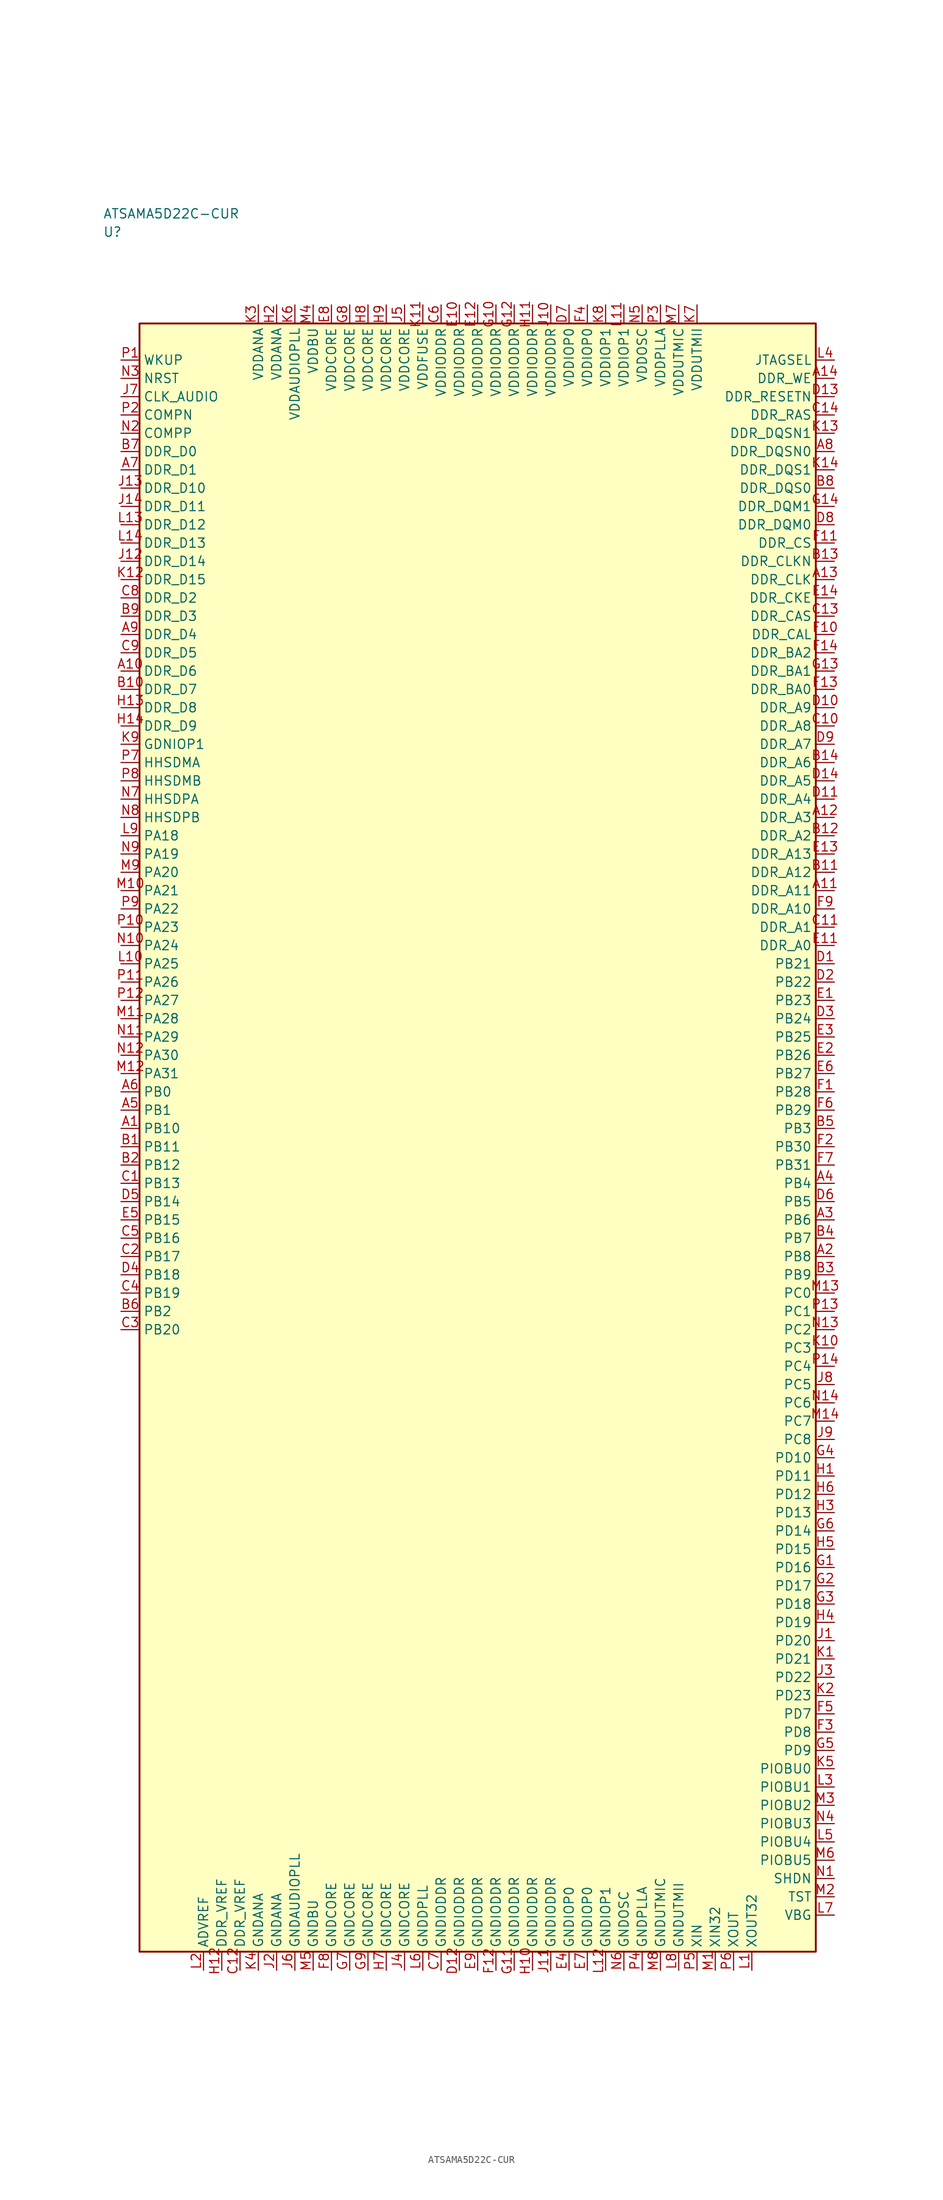
<source format=kicad_sym>
(kicad_symbol_lib
  (version 20241025)
  (generator "kicad_symbol_editor")
  (generator_version "8.0")
  (symbol "ATSAMA5D22C-CUR"
    (property "Reference" "U"
      (at -51.25 123.75 0)
      (effects (font (size 1.27 1.27)) (justify left)))
    (property "Value" "ATSAMA5D22C-CUR"
      (at -51.25 126.25 0)
      (effects (font (size 1.27 1.27)) (justify left)))
    (symbol "ATSAMA5D22C-CUR_0_1"
      (rectangle (start -46.25 111.25) (end 46.25 -111.25) (stroke (width 0.254) (type default)) (fill (type background))))
    (symbol "ATSAMA5D22C-CUR_1_1"
      (pin bidirectional line (at -48.79 41.25 0.0) (length 2.54) (name "PA18" (effects (font (size 1.27 1.27)))) (number "L9" (effects (font (size 1.27 1.27)))))
      (pin bidirectional line (at -48.79 38.75 0.0) (length 2.54) (name "PA19" (effects (font (size 1.27 1.27)))) (number "N9" (effects (font (size 1.27 1.27)))))
      (pin bidirectional line (at -48.79 36.25 0.0) (length 2.54) (name "PA20" (effects (font (size 1.27 1.27)))) (number "M9" (effects (font (size 1.27 1.27)))))
      (pin bidirectional line (at -48.79 33.75 0.0) (length 2.54) (name "PA21" (effects (font (size 1.27 1.27)))) (number "M10" (effects (font (size 1.27 1.27)))))
      (pin bidirectional line (at -48.79 31.25 0.0) (length 2.54) (name "PA22" (effects (font (size 1.27 1.27)))) (number "P9" (effects (font (size 1.27 1.27)))))
      (pin bidirectional line (at -48.79 28.75 0.0) (length 2.54) (name "PA23" (effects (font (size 1.27 1.27)))) (number "P10" (effects (font (size 1.27 1.27)))))
      (pin bidirectional line (at -48.79 26.25 0.0) (length 2.54) (name "PA24" (effects (font (size 1.27 1.27)))) (number "N10" (effects (font (size 1.27 1.27)))))
      (pin bidirectional line (at -48.79 23.75 0.0) (length 2.54) (name "PA25" (effects (font (size 1.27 1.27)))) (number "L10" (effects (font (size 1.27 1.27)))))
      (pin bidirectional line (at -48.79 21.25 0.0) (length 2.54) (name "PA26" (effects (font (size 1.27 1.27)))) (number "P11" (effects (font (size 1.27 1.27)))))
      (pin bidirectional line (at -48.79 18.75 0.0) (length 2.54) (name "PA27" (effects (font (size 1.27 1.27)))) (number "P12" (effects (font (size 1.27 1.27)))))
      (pin bidirectional line (at -48.79 16.25 0.0) (length 2.54) (name "PA28" (effects (font (size 1.27 1.27)))) (number "M11" (effects (font (size 1.27 1.27)))))
      (pin bidirectional line (at -48.79 13.75 0.0) (length 2.54) (name "PA29" (effects (font (size 1.27 1.27)))) (number "N11" (effects (font (size 1.27 1.27)))))
      (pin bidirectional line (at -48.79 11.25 0.0) (length 2.54) (name "PA30" (effects (font (size 1.27 1.27)))) (number "N12" (effects (font (size 1.27 1.27)))))
      (pin bidirectional line (at -48.79 8.75 0.0) (length 2.54) (name "PA31" (effects (font (size 1.27 1.27)))) (number "M12" (effects (font (size 1.27 1.27)))))
      (pin bidirectional line (at -48.79 6.25 0.0) (length 2.54) (name "PB0" (effects (font (size 1.27 1.27)))) (number "A6" (effects (font (size 1.27 1.27)))))
      (pin bidirectional line (at -48.79 3.75 0.0) (length 2.54) (name "PB1" (effects (font (size 1.27 1.27)))) (number "A5" (effects (font (size 1.27 1.27)))))
      (pin bidirectional line (at -48.79 -23.75 0.0) (length 2.54) (name "PB2" (effects (font (size 1.27 1.27)))) (number "B6" (effects (font (size 1.27 1.27)))))
      (pin bidirectional line (at 48.79 1.25 180.0) (length 2.54) (name "PB3" (effects (font (size 1.27 1.27)))) (number "B5" (effects (font (size 1.27 1.27)))))
      (pin bidirectional line (at 48.79 -6.25 180.0) (length 2.54) (name "PB4" (effects (font (size 1.27 1.27)))) (number "A4" (effects (font (size 1.27 1.27)))))
      (pin bidirectional line (at 48.79 -8.75 180.0) (length 2.54) (name "PB5" (effects (font (size 1.27 1.27)))) (number "D6" (effects (font (size 1.27 1.27)))))
      (pin bidirectional line (at 48.79 -11.25 180.0) (length 2.54) (name "PB6" (effects (font (size 1.27 1.27)))) (number "A3" (effects (font (size 1.27 1.27)))))
      (pin bidirectional line (at 48.79 -13.75 180.0) (length 2.54) (name "PB7" (effects (font (size 1.27 1.27)))) (number "B4" (effects (font (size 1.27 1.27)))))
      (pin bidirectional line (at 48.79 -16.25 180.0) (length 2.54) (name "PB8" (effects (font (size 1.27 1.27)))) (number "A2" (effects (font (size 1.27 1.27)))))
      (pin bidirectional line (at 48.79 -18.75 180.0) (length 2.54) (name "PB9" (effects (font (size 1.27 1.27)))) (number "B3" (effects (font (size 1.27 1.27)))))
      (pin bidirectional line (at -48.79 1.25 0.0) (length 2.54) (name "PB10" (effects (font (size 1.27 1.27)))) (number "A1" (effects (font (size 1.27 1.27)))))
      (pin bidirectional line (at -48.79 -1.25 0.0) (length 2.54) (name "PB11" (effects (font (size 1.27 1.27)))) (number "B1" (effects (font (size 1.27 1.27)))))
      (pin bidirectional line (at -48.79 -3.75 0.0) (length 2.54) (name "PB12" (effects (font (size 1.27 1.27)))) (number "B2" (effects (font (size 1.27 1.27)))))
      (pin bidirectional line (at -48.79 -6.25 0.0) (length 2.54) (name "PB13" (effects (font (size 1.27 1.27)))) (number "C1" (effects (font (size 1.27 1.27)))))
      (pin bidirectional line (at -48.79 -8.75 0.0) (length 2.54) (name "PB14" (effects (font (size 1.27 1.27)))) (number "D5" (effects (font (size 1.27 1.27)))))
      (pin bidirectional line (at -48.79 -11.25 0.0) (length 2.54) (name "PB15" (effects (font (size 1.27 1.27)))) (number "E5" (effects (font (size 1.27 1.27)))))
      (pin bidirectional line (at -48.79 -13.75 0.0) (length 2.54) (name "PB16" (effects (font (size 1.27 1.27)))) (number "C5" (effects (font (size 1.27 1.27)))))
      (pin bidirectional line (at -48.79 -16.25 0.0) (length 2.54) (name "PB17" (effects (font (size 1.27 1.27)))) (number "C2" (effects (font (size 1.27 1.27)))))
      (pin bidirectional line (at -48.79 -18.75 0.0) (length 2.54) (name "PB18" (effects (font (size 1.27 1.27)))) (number "D4" (effects (font (size 1.27 1.27)))))
      (pin bidirectional line (at -48.79 -21.25 0.0) (length 2.54) (name "PB19" (effects (font (size 1.27 1.27)))) (number "C4" (effects (font (size 1.27 1.27)))))
      (pin bidirectional line (at -48.79 -26.25 0.0) (length 2.54) (name "PB20" (effects (font (size 1.27 1.27)))) (number "C3" (effects (font (size 1.27 1.27)))))
      (pin bidirectional line (at 48.79 23.75 180.0) (length 2.54) (name "PB21" (effects (font (size 1.27 1.27)))) (number "D1" (effects (font (size 1.27 1.27)))))
      (pin bidirectional line (at 48.79 21.25 180.0) (length 2.54) (name "PB22" (effects (font (size 1.27 1.27)))) (number "D2" (effects (font (size 1.27 1.27)))))
      (pin bidirectional line (at 48.79 18.75 180.0) (length 2.54) (name "PB23" (effects (font (size 1.27 1.27)))) (number "E1" (effects (font (size 1.27 1.27)))))
      (pin bidirectional line (at 48.79 16.25 180.0) (length 2.54) (name "PB24" (effects (font (size 1.27 1.27)))) (number "D3" (effects (font (size 1.27 1.27)))))
      (pin bidirectional line (at 48.79 13.75 180.0) (length 2.54) (name "PB25" (effects (font (size 1.27 1.27)))) (number "E3" (effects (font (size 1.27 1.27)))))
      (pin bidirectional line (at 48.79 11.25 180.0) (length 2.54) (name "PB26" (effects (font (size 1.27 1.27)))) (number "E2" (effects (font (size 1.27 1.27)))))
      (pin bidirectional line (at 48.79 8.75 180.0) (length 2.54) (name "PB27" (effects (font (size 1.27 1.27)))) (number "E6" (effects (font (size 1.27 1.27)))))
      (pin bidirectional line (at 48.79 6.25 180.0) (length 2.54) (name "PB28" (effects (font (size 1.27 1.27)))) (number "F1" (effects (font (size 1.27 1.27)))))
      (pin bidirectional line (at 48.79 3.75 180.0) (length 2.54) (name "PB29" (effects (font (size 1.27 1.27)))) (number "F6" (effects (font (size 1.27 1.27)))))
      (pin bidirectional line (at 48.79 -1.25 180.0) (length 2.54) (name "PB30" (effects (font (size 1.27 1.27)))) (number "F2" (effects (font (size 1.27 1.27)))))
      (pin bidirectional line (at 48.79 -3.75 180.0) (length 2.54) (name "PB31" (effects (font (size 1.27 1.27)))) (number "F7" (effects (font (size 1.27 1.27)))))
      (pin bidirectional line (at 48.79 -21.25 180.0) (length 2.54) (name "PC0" (effects (font (size 1.27 1.27)))) (number "M13" (effects (font (size 1.27 1.27)))))
      (pin bidirectional line (at 48.79 -23.75 180.0) (length 2.54) (name "PC1" (effects (font (size 1.27 1.27)))) (number "P13" (effects (font (size 1.27 1.27)))))
      (pin bidirectional line (at 48.79 -26.25 180.0) (length 2.54) (name "PC2" (effects (font (size 1.27 1.27)))) (number "N13" (effects (font (size 1.27 1.27)))))
      (pin bidirectional line (at 48.79 -28.75 180.0) (length 2.54) (name "PC3" (effects (font (size 1.27 1.27)))) (number "K10" (effects (font (size 1.27 1.27)))))
      (pin bidirectional line (at 48.79 -31.25 180.0) (length 2.54) (name "PC4" (effects (font (size 1.27 1.27)))) (number "P14" (effects (font (size 1.27 1.27)))))
      (pin bidirectional line (at 48.79 -33.75 180.0) (length 2.54) (name "PC5" (effects (font (size 1.27 1.27)))) (number "J8" (effects (font (size 1.27 1.27)))))
      (pin bidirectional line (at 48.79 -36.25 180.0) (length 2.54) (name "PC6" (effects (font (size 1.27 1.27)))) (number "N14" (effects (font (size 1.27 1.27)))))
      (pin bidirectional line (at 48.79 -38.75 180.0) (length 2.54) (name "PC7" (effects (font (size 1.27 1.27)))) (number "M14" (effects (font (size 1.27 1.27)))))
      (pin bidirectional line (at 48.79 -41.25 180.0) (length 2.54) (name "PC8" (effects (font (size 1.27 1.27)))) (number "J9" (effects (font (size 1.27 1.27)))))
      (pin bidirectional line (at 48.79 -78.75 180.0) (length 2.54) (name "PD7" (effects (font (size 1.27 1.27)))) (number "F5" (effects (font (size 1.27 1.27)))))
      (pin bidirectional line (at 48.79 -81.25 180.0) (length 2.54) (name "PD8" (effects (font (size 1.27 1.27)))) (number "F3" (effects (font (size 1.27 1.27)))))
      (pin bidirectional line (at 48.79 -83.75 180.0) (length 2.54) (name "PD9" (effects (font (size 1.27 1.27)))) (number "G5" (effects (font (size 1.27 1.27)))))
      (pin bidirectional line (at 48.79 -43.75 180.0) (length 2.54) (name "PD10" (effects (font (size 1.27 1.27)))) (number "G4" (effects (font (size 1.27 1.27)))))
      (pin bidirectional line (at 48.79 -46.25 180.0) (length 2.54) (name "PD11" (effects (font (size 1.27 1.27)))) (number "H1" (effects (font (size 1.27 1.27)))))
      (pin bidirectional line (at 48.79 -48.75 180.0) (length 2.54) (name "PD12" (effects (font (size 1.27 1.27)))) (number "H6" (effects (font (size 1.27 1.27)))))
      (pin bidirectional line (at 48.79 -51.25 180.0) (length 2.54) (name "PD13" (effects (font (size 1.27 1.27)))) (number "H3" (effects (font (size 1.27 1.27)))))
      (pin bidirectional line (at 48.79 -53.75 180.0) (length 2.54) (name "PD14" (effects (font (size 1.27 1.27)))) (number "G6" (effects (font (size 1.27 1.27)))))
      (pin bidirectional line (at 48.79 -56.25 180.0) (length 2.54) (name "PD15" (effects (font (size 1.27 1.27)))) (number "H5" (effects (font (size 1.27 1.27)))))
      (pin bidirectional line (at 48.79 -58.75 180.0) (length 2.54) (name "PD16" (effects (font (size 1.27 1.27)))) (number "G1" (effects (font (size 1.27 1.27)))))
      (pin bidirectional line (at 48.79 -61.25 180.0) (length 2.54) (name "PD17" (effects (font (size 1.27 1.27)))) (number "G2" (effects (font (size 1.27 1.27)))))
      (pin bidirectional line (at 48.79 -63.75 180.0) (length 2.54) (name "PD18" (effects (font (size 1.27 1.27)))) (number "G3" (effects (font (size 1.27 1.27)))))
      (pin bidirectional line (at 48.79 -66.25 180.0) (length 2.54) (name "PD19" (effects (font (size 1.27 1.27)))) (number "H4" (effects (font (size 1.27 1.27)))))
      (pin bidirectional line (at 48.79 -68.75 180.0) (length 2.54) (name "PD20" (effects (font (size 1.27 1.27)))) (number "J1" (effects (font (size 1.27 1.27)))))
      (pin bidirectional line (at 48.79 -71.25 180.0) (length 2.54) (name "PD21" (effects (font (size 1.27 1.27)))) (number "K1" (effects (font (size 1.27 1.27)))))
      (pin bidirectional line (at 48.79 -73.75 180.0) (length 2.54) (name "PD22" (effects (font (size 1.27 1.27)))) (number "J3" (effects (font (size 1.27 1.27)))))
      (pin bidirectional line (at 48.79 -76.25 180.0) (length 2.54) (name "PD23" (effects (font (size 1.27 1.27)))) (number "K2" (effects (font (size 1.27 1.27)))))
      (pin power_in line (at -30.0 113.79 270.0) (length 2.54) (name "VDDANA" (effects (font (size 1.27 1.27)))) (number "K3" (effects (font (size 1.27 1.27)))))
      (pin passive line (at -30.0 -113.79 90.0) (length 2.54) (name "GNDANA" (effects (font (size 1.27 1.27)))) (number "K4" (effects (font (size 1.27 1.27)))))
      (pin passive line (at -37.5 -113.79 90.0) (length 2.54) (name "ADVREF" (effects (font (size 1.27 1.27)))) (number "L2" (effects (font (size 1.27 1.27)))))
      (pin power_in line (at -27.5 113.79 270.0) (length 2.54) (name "VDDANA" (effects (font (size 1.27 1.27)))) (number "H2" (effects (font (size 1.27 1.27)))))
      (pin passive line (at -27.5 -113.79 90.0) (length 2.54) (name "GNDANA" (effects (font (size 1.27 1.27)))) (number "J2" (effects (font (size 1.27 1.27)))))
      (pin passive line (at -35.0 -113.79 90.0) (length 2.54) (name "DDR_VREF" (effects (font (size 1.27 1.27)))) (number "H12" (effects (font (size 1.27 1.27)))))
      (pin passive line (at -32.5 -113.79 90.0) (length 2.54) (name "DDR_VREF" (effects (font (size 1.27 1.27)))) (number "C12" (effects (font (size 1.27 1.27)))))
      (pin bidirectional line (at -48.79 93.75 0.0) (length 2.54) (name "DDR_D0" (effects (font (size 1.27 1.27)))) (number "B7" (effects (font (size 1.27 1.27)))))
      (pin bidirectional line (at -48.79 91.25 0.0) (length 2.54) (name "DDR_D1" (effects (font (size 1.27 1.27)))) (number "A7" (effects (font (size 1.27 1.27)))))
      (pin bidirectional line (at -48.79 73.75 0.0) (length 2.54) (name "DDR_D2" (effects (font (size 1.27 1.27)))) (number "C8" (effects (font (size 1.27 1.27)))))
      (pin bidirectional line (at -48.79 71.25 0.0) (length 2.54) (name "DDR_D3" (effects (font (size 1.27 1.27)))) (number "B9" (effects (font (size 1.27 1.27)))))
      (pin bidirectional line (at -48.79 68.75 0.0) (length 2.54) (name "DDR_D4" (effects (font (size 1.27 1.27)))) (number "A9" (effects (font (size 1.27 1.27)))))
      (pin bidirectional line (at -48.79 66.25 0.0) (length 2.54) (name "DDR_D5" (effects (font (size 1.27 1.27)))) (number "C9" (effects (font (size 1.27 1.27)))))
      (pin bidirectional line (at -48.79 63.75 0.0) (length 2.54) (name "DDR_D6" (effects (font (size 1.27 1.27)))) (number "A10" (effects (font (size 1.27 1.27)))))
      (pin bidirectional line (at -48.79 61.25 0.0) (length 2.54) (name "DDR_D7" (effects (font (size 1.27 1.27)))) (number "B10" (effects (font (size 1.27 1.27)))))
      (pin bidirectional line (at -48.79 58.75 0.0) (length 2.54) (name "DDR_D8" (effects (font (size 1.27 1.27)))) (number "H13" (effects (font (size 1.27 1.27)))))
      (pin bidirectional line (at -48.79 56.25 0.0) (length 2.54) (name "DDR_D9" (effects (font (size 1.27 1.27)))) (number "H14" (effects (font (size 1.27 1.27)))))
      (pin bidirectional line (at -48.79 88.75 0.0) (length 2.54) (name "DDR_D10" (effects (font (size 1.27 1.27)))) (number "J13" (effects (font (size 1.27 1.27)))))
      (pin bidirectional line (at -48.79 86.25 0.0) (length 2.54) (name "DDR_D11" (effects (font (size 1.27 1.27)))) (number "J14" (effects (font (size 1.27 1.27)))))
      (pin bidirectional line (at -48.79 83.75 0.0) (length 2.54) (name "DDR_D12" (effects (font (size 1.27 1.27)))) (number "L13" (effects (font (size 1.27 1.27)))))
      (pin bidirectional line (at -48.79 81.25 0.0) (length 2.54) (name "DDR_D13" (effects (font (size 1.27 1.27)))) (number "L14" (effects (font (size 1.27 1.27)))))
      (pin bidirectional line (at -48.79 78.75 0.0) (length 2.54) (name "DDR_D14" (effects (font (size 1.27 1.27)))) (number "J12" (effects (font (size 1.27 1.27)))))
      (pin bidirectional line (at -48.79 76.25 0.0) (length 2.54) (name "DDR_D15" (effects (font (size 1.27 1.27)))) (number "K12" (effects (font (size 1.27 1.27)))))
      (pin output line (at 48.79 26.25 180.0) (length 2.54) (name "DDR_A0" (effects (font (size 1.27 1.27)))) (number "E11" (effects (font (size 1.27 1.27)))))
      (pin output line (at 48.79 28.75 180.0) (length 2.54) (name "DDR_A1" (effects (font (size 1.27 1.27)))) (number "C11" (effects (font (size 1.27 1.27)))))
      (pin output line (at 48.79 41.25 180.0) (length 2.54) (name "DDR_A2" (effects (font (size 1.27 1.27)))) (number "B12" (effects (font (size 1.27 1.27)))))
      (pin output line (at 48.79 43.75 180.0) (length 2.54) (name "DDR_A3" (effects (font (size 1.27 1.27)))) (number "A12" (effects (font (size 1.27 1.27)))))
      (pin output line (at 48.79 46.25 180.0) (length 2.54) (name "DDR_A4" (effects (font (size 1.27 1.27)))) (number "D11" (effects (font (size 1.27 1.27)))))
      (pin output line (at 48.79 48.75 180.0) (length 2.54) (name "DDR_A5" (effects (font (size 1.27 1.27)))) (number "D14" (effects (font (size 1.27 1.27)))))
      (pin output line (at 48.79 51.25 180.0) (length 2.54) (name "DDR_A6" (effects (font (size 1.27 1.27)))) (number "B14" (effects (font (size 1.27 1.27)))))
      (pin output line (at 48.79 53.75 180.0) (length 2.54) (name "DDR_A7" (effects (font (size 1.27 1.27)))) (number "D9" (effects (font (size 1.27 1.27)))))
      (pin output line (at 48.79 56.25 180.0) (length 2.54) (name "DDR_A8" (effects (font (size 1.27 1.27)))) (number "C10" (effects (font (size 1.27 1.27)))))
      (pin output line (at 48.79 58.75 180.0) (length 2.54) (name "DDR_A9" (effects (font (size 1.27 1.27)))) (number "D10" (effects (font (size 1.27 1.27)))))
      (pin output line (at 48.79 31.25 180.0) (length 2.54) (name "DDR_A10" (effects (font (size 1.27 1.27)))) (number "F9" (effects (font (size 1.27 1.27)))))
      (pin output line (at 48.79 33.75 180.0) (length 2.54) (name "DDR_A11" (effects (font (size 1.27 1.27)))) (number "A11" (effects (font (size 1.27 1.27)))))
      (pin output line (at 48.79 36.25 180.0) (length 2.54) (name "DDR_A12" (effects (font (size 1.27 1.27)))) (number "B11" (effects (font (size 1.27 1.27)))))
      (pin output line (at 48.79 38.75 180.0) (length 2.54) (name "DDR_A13" (effects (font (size 1.27 1.27)))) (number "E13" (effects (font (size 1.27 1.27)))))
      (pin output line (at 48.79 76.25 180.0) (length 2.54) (name "DDR_CLK" (effects (font (size 1.27 1.27)))) (number "A13" (effects (font (size 1.27 1.27)))))
      (pin output line (at 48.79 78.75 180.0) (length 2.54) (name "DDR_CLKN" (effects (font (size 1.27 1.27)))) (number "B13" (effects (font (size 1.27 1.27)))))
      (pin output line (at 48.79 73.75 180.0) (length 2.54) (name "DDR_CKE" (effects (font (size 1.27 1.27)))) (number "E14" (effects (font (size 1.27 1.27)))))
      (pin output line (at 48.79 101.25 180.0) (length 2.54) (name "DDR_RESETN" (effects (font (size 1.27 1.27)))) (number "D13" (effects (font (size 1.27 1.27)))))
      (pin output line (at 48.79 81.25 180.0) (length 2.54) (name "DDR_CS" (effects (font (size 1.27 1.27)))) (number "F11" (effects (font (size 1.27 1.27)))))
      (pin output line (at 48.79 103.75 180.0) (length 2.54) (name "DDR_WE" (effects (font (size 1.27 1.27)))) (number "A14" (effects (font (size 1.27 1.27)))))
      (pin output line (at 48.79 98.75 180.0) (length 2.54) (name "DDR_RAS" (effects (font (size 1.27 1.27)))) (number "C14" (effects (font (size 1.27 1.27)))))
      (pin output line (at 48.79 71.25 180.0) (length 2.54) (name "DDR_CAS" (effects (font (size 1.27 1.27)))) (number "C13" (effects (font (size 1.27 1.27)))))
      (pin output line (at 48.79 83.75 180.0) (length 2.54) (name "DDR_DQM0" (effects (font (size 1.27 1.27)))) (number "D8" (effects (font (size 1.27 1.27)))))
      (pin output line (at 48.79 86.25 180.0) (length 2.54) (name "DDR_DQM1" (effects (font (size 1.27 1.27)))) (number "G14" (effects (font (size 1.27 1.27)))))
      (pin output line (at 48.79 88.75 180.0) (length 2.54) (name "DDR_DQS0" (effects (font (size 1.27 1.27)))) (number "B8" (effects (font (size 1.27 1.27)))))
      (pin output line (at 48.79 91.25 180.0) (length 2.54) (name "DDR_DQS1" (effects (font (size 1.27 1.27)))) (number "K14" (effects (font (size 1.27 1.27)))))
      (pin output line (at 48.79 93.75 180.0) (length 2.54) (name "DDR_DQSN0" (effects (font (size 1.27 1.27)))) (number "A8" (effects (font (size 1.27 1.27)))))
      (pin output line (at 48.79 96.25 180.0) (length 2.54) (name "DDR_DQSN1" (effects (font (size 1.27 1.27)))) (number "K13" (effects (font (size 1.27 1.27)))))
      (pin output line (at 48.79 61.25 180.0) (length 2.54) (name "DDR_BA0" (effects (font (size 1.27 1.27)))) (number "F13" (effects (font (size 1.27 1.27)))))
      (pin output line (at 48.79 63.75 180.0) (length 2.54) (name "DDR_BA1" (effects (font (size 1.27 1.27)))) (number "G13" (effects (font (size 1.27 1.27)))))
      (pin output line (at 48.79 66.25 180.0) (length 2.54) (name "DDR_BA2" (effects (font (size 1.27 1.27)))) (number "F14" (effects (font (size 1.27 1.27)))))
      (pin output line (at 48.79 68.75 180.0) (length 2.54) (name "DDR_CAL" (effects (font (size 1.27 1.27)))) (number "F10" (effects (font (size 1.27 1.27)))))
      (pin power_in line (at -5.0 113.79 270.0) (length 2.54) (name "VDDIODDR" (effects (font (size 1.27 1.27)))) (number "C6" (effects (font (size 1.27 1.27)))))
      (pin power_in line (at -2.5 113.79 270.0) (length 2.54) (name "VDDIODDR" (effects (font (size 1.27 1.27)))) (number "E10" (effects (font (size 1.27 1.27)))))
      (pin power_in line (at 0.0 113.79 270.0) (length 2.54) (name "VDDIODDR" (effects (font (size 1.27 1.27)))) (number "E12" (effects (font (size 1.27 1.27)))))
      (pin power_in line (at 2.5 113.79 270.0) (length 2.54) (name "VDDIODDR" (effects (font (size 1.27 1.27)))) (number "G10" (effects (font (size 1.27 1.27)))))
      (pin power_in line (at 5.0 113.79 270.0) (length 2.54) (name "VDDIODDR" (effects (font (size 1.27 1.27)))) (number "G12" (effects (font (size 1.27 1.27)))))
      (pin power_in line (at 7.5 113.79 270.0) (length 2.54) (name "VDDIODDR" (effects (font (size 1.27 1.27)))) (number "H11" (effects (font (size 1.27 1.27)))))
      (pin power_in line (at 10.0 113.79 270.0) (length 2.54) (name "VDDIODDR" (effects (font (size 1.27 1.27)))) (number "J10" (effects (font (size 1.27 1.27)))))
      (pin passive line (at -5.0 -113.79 90.0) (length 2.54) (name "GNDIODDR" (effects (font (size 1.27 1.27)))) (number "C7" (effects (font (size 1.27 1.27)))))
      (pin passive line (at -2.5 -113.79 90.0) (length 2.54) (name "GNDIODDR" (effects (font (size 1.27 1.27)))) (number "D12" (effects (font (size 1.27 1.27)))))
      (pin passive line (at 0.0 -113.79 90.0) (length 2.54) (name "GNDIODDR" (effects (font (size 1.27 1.27)))) (number "E9" (effects (font (size 1.27 1.27)))))
      (pin passive line (at 2.5 -113.79 90.0) (length 2.54) (name "GNDIODDR" (effects (font (size 1.27 1.27)))) (number "F12" (effects (font (size 1.27 1.27)))))
      (pin passive line (at 5.0 -113.79 90.0) (length 2.54) (name "GNDIODDR" (effects (font (size 1.27 1.27)))) (number "G11" (effects (font (size 1.27 1.27)))))
      (pin passive line (at 7.5 -113.79 90.0) (length 2.54) (name "GNDIODDR" (effects (font (size 1.27 1.27)))) (number "H10" (effects (font (size 1.27 1.27)))))
      (pin passive line (at 10.0 -113.79 90.0) (length 2.54) (name "GNDIODDR" (effects (font (size 1.27 1.27)))) (number "J11" (effects (font (size 1.27 1.27)))))
      (pin power_in line (at -20.0 113.79 270.0) (length 2.54) (name "VDDCORE" (effects (font (size 1.27 1.27)))) (number "E8" (effects (font (size 1.27 1.27)))))
      (pin power_in line (at -17.5 113.79 270.0) (length 2.54) (name "VDDCORE" (effects (font (size 1.27 1.27)))) (number "G8" (effects (font (size 1.27 1.27)))))
      (pin power_in line (at -15.0 113.79 270.0) (length 2.54) (name "VDDCORE" (effects (font (size 1.27 1.27)))) (number "H8" (effects (font (size 1.27 1.27)))))
      (pin power_in line (at -12.5 113.79 270.0) (length 2.54) (name "VDDCORE" (effects (font (size 1.27 1.27)))) (number "H9" (effects (font (size 1.27 1.27)))))
      (pin power_in line (at -10.0 113.79 270.0) (length 2.54) (name "VDDCORE" (effects (font (size 1.27 1.27)))) (number "J5" (effects (font (size 1.27 1.27)))))
      (pin passive line (at -20.0 -113.79 90.0) (length 2.54) (name "GNDCORE" (effects (font (size 1.27 1.27)))) (number "F8" (effects (font (size 1.27 1.27)))))
      (pin passive line (at -17.5 -113.79 90.0) (length 2.54) (name "GNDCORE" (effects (font (size 1.27 1.27)))) (number "G7" (effects (font (size 1.27 1.27)))))
      (pin passive line (at -15.0 -113.79 90.0) (length 2.54) (name "GNDCORE" (effects (font (size 1.27 1.27)))) (number "G9" (effects (font (size 1.27 1.27)))))
      (pin passive line (at -12.5 -113.79 90.0) (length 2.54) (name "GNDCORE" (effects (font (size 1.27 1.27)))) (number "H7" (effects (font (size 1.27 1.27)))))
      (pin passive line (at -10.0 -113.79 90.0) (length 2.54) (name "GNDCORE" (effects (font (size 1.27 1.27)))) (number "J4" (effects (font (size 1.27 1.27)))))
      (pin power_in line (at 12.5 113.79 270.0) (length 2.54) (name "VDDIOP0" (effects (font (size 1.27 1.27)))) (number "D7" (effects (font (size 1.27 1.27)))))
      (pin power_in line (at 15.0 113.79 270.0) (length 2.54) (name "VDDIOP0" (effects (font (size 1.27 1.27)))) (number "F4" (effects (font (size 1.27 1.27)))))
      (pin passive line (at 12.5 -113.79 90.0) (length 2.54) (name "GNDIOP0" (effects (font (size 1.27 1.27)))) (number "E4" (effects (font (size 1.27 1.27)))))
      (pin passive line (at 15.0 -113.79 90.0) (length 2.54) (name "GNDIOP0" (effects (font (size 1.27 1.27)))) (number "E7" (effects (font (size 1.27 1.27)))))
      (pin power_in line (at 17.5 113.79 270.0) (length 2.54) (name "VDDIOP1" (effects (font (size 1.27 1.27)))) (number "K8" (effects (font (size 1.27 1.27)))))
      (pin power_in line (at 20.0 113.79 270.0) (length 2.54) (name "VDDIOP1" (effects (font (size 1.27 1.27)))) (number "L11" (effects (font (size 1.27 1.27)))))
      (pin bidirectional line (at -48.79 53.75 0.0) (length 2.54) (name "GDNIOP1" (effects (font (size 1.27 1.27)))) (number "K9" (effects (font (size 1.27 1.27)))))
      (pin passive line (at 17.5 -113.79 90.0) (length 2.54) (name "GNDIOP1" (effects (font (size 1.27 1.27)))) (number "L12" (effects (font (size 1.27 1.27)))))
      (pin power_in line (at -7.5 113.79 270.0) (length 2.54) (name "VDDFUSE" (effects (font (size 1.27 1.27)))) (number "K11" (effects (font (size 1.27 1.27)))))
      (pin power_in line (at 25.0 113.79 270.0) (length 2.54) (name "VDDPLLA" (effects (font (size 1.27 1.27)))) (number "P3" (effects (font (size 1.27 1.27)))))
      (pin passive line (at 22.5 -113.79 90.0) (length 2.54) (name "GNDPLLA" (effects (font (size 1.27 1.27)))) (number "P4" (effects (font (size 1.27 1.27)))))
      (pin power_in line (at -25.0 113.79 270.0) (length 2.54) (name "VDDAUDIOPLL" (effects (font (size 1.27 1.27)))) (number "K6" (effects (font (size 1.27 1.27)))))
      (pin passive line (at -7.5 -113.79 90.0) (length 2.54) (name "GNDDPLL" (effects (font (size 1.27 1.27)))) (number "L6" (effects (font (size 1.27 1.27)))))
      (pin passive line (at -25.0 -113.79 90.0) (length 2.54) (name "GNDAUDIOPLL" (effects (font (size 1.27 1.27)))) (number "J6" (effects (font (size 1.27 1.27)))))
      (pin bidirectional line (at -48.79 101.25 0.0) (length 2.54) (name "CLK_AUDIO" (effects (font (size 1.27 1.27)))) (number "J7" (effects (font (size 1.27 1.27)))))
      (pin passive line (at 30.0 -113.79 90.0) (length 2.54) (name "XIN" (effects (font (size 1.27 1.27)))) (number "P5" (effects (font (size 1.27 1.27)))))
      (pin passive line (at 35.0 -113.79 90.0) (length 2.54) (name "XOUT" (effects (font (size 1.27 1.27)))) (number "P6" (effects (font (size 1.27 1.27)))))
      (pin power_in line (at 22.5 113.79 270.0) (length 2.54) (name "VDDOSC" (effects (font (size 1.27 1.27)))) (number "N5" (effects (font (size 1.27 1.27)))))
      (pin passive line (at 20.0 -113.79 90.0) (length 2.54) (name "GNDOSC" (effects (font (size 1.27 1.27)))) (number "N6" (effects (font (size 1.27 1.27)))))
      (pin power_in line (at 30.0 113.79 270.0) (length 2.54) (name "VDDUTMII" (effects (font (size 1.27 1.27)))) (number "K7" (effects (font (size 1.27 1.27)))))
      (pin passive line (at 27.5 -113.79 90.0) (length 2.54) (name "GNDUTMII" (effects (font (size 1.27 1.27)))) (number "L8" (effects (font (size 1.27 1.27)))))
      (pin bidirectional line (at -48.79 46.25 0.0) (length 2.54) (name "HHSDPA" (effects (font (size 1.27 1.27)))) (number "N7" (effects (font (size 1.27 1.27)))))
      (pin bidirectional line (at -48.79 51.25 0.0) (length 2.54) (name "HHSDMA" (effects (font (size 1.27 1.27)))) (number "P7" (effects (font (size 1.27 1.27)))))
      (pin bidirectional line (at -48.79 43.75 0.0) (length 2.54) (name "HHSDPB" (effects (font (size 1.27 1.27)))) (number "N8" (effects (font (size 1.27 1.27)))))
      (pin bidirectional line (at -48.79 48.75 0.0) (length 2.54) (name "HHSDMB" (effects (font (size 1.27 1.27)))) (number "P8" (effects (font (size 1.27 1.27)))))
      (pin power_in line (at 27.5 113.79 270.0) (length 2.54) (name "VDDUTMIC" (effects (font (size 1.27 1.27)))) (number "M7" (effects (font (size 1.27 1.27)))))
      (pin passive line (at 25.0 -113.79 90.0) (length 2.54) (name "GNDUTMIC" (effects (font (size 1.27 1.27)))) (number "M8" (effects (font (size 1.27 1.27)))))
      (pin bidirectional line (at 48.79 -106.25 180.0) (length 2.54) (name "VBG" (effects (font (size 1.27 1.27)))) (number "L7" (effects (font (size 1.27 1.27)))))
      (pin bidirectional line (at 48.79 -103.75 180.0) (length 2.54) (name "TST" (effects (font (size 1.27 1.27)))) (number "M2" (effects (font (size 1.27 1.27)))))
      (pin input line (at -48.79 103.75 0.0) (length 2.54) (name "NRST" (effects (font (size 1.27 1.27)))) (number "N3" (effects (font (size 1.27 1.27)))))
      (pin output line (at 48.79 106.25 180.0) (length 2.54) (name "JTAGSEL" (effects (font (size 1.27 1.27)))) (number "L4" (effects (font (size 1.27 1.27)))))
      (pin input line (at -48.79 106.25 0.0) (length 2.54) (name "WKUP" (effects (font (size 1.27 1.27)))) (number "P1" (effects (font (size 1.27 1.27)))))
      (pin bidirectional line (at 48.79 -101.25 180.0) (length 2.54) (name "SHDN" (effects (font (size 1.27 1.27)))) (number "N1" (effects (font (size 1.27 1.27)))))
      (pin bidirectional line (at 48.79 -86.25 180.0) (length 2.54) (name "PIOBU0" (effects (font (size 1.27 1.27)))) (number "K5" (effects (font (size 1.27 1.27)))))
      (pin bidirectional line (at 48.79 -88.75 180.0) (length 2.54) (name "PIOBU1" (effects (font (size 1.27 1.27)))) (number "L3" (effects (font (size 1.27 1.27)))))
      (pin bidirectional line (at 48.79 -91.25 180.0) (length 2.54) (name "PIOBU2" (effects (font (size 1.27 1.27)))) (number "M3" (effects (font (size 1.27 1.27)))))
      (pin bidirectional line (at 48.79 -93.75 180.0) (length 2.54) (name "PIOBU3" (effects (font (size 1.27 1.27)))) (number "N4" (effects (font (size 1.27 1.27)))))
      (pin bidirectional line (at 48.79 -96.25 180.0) (length 2.54) (name "PIOBU4" (effects (font (size 1.27 1.27)))) (number "L5" (effects (font (size 1.27 1.27)))))
      (pin bidirectional line (at 48.79 -98.75 180.0) (length 2.54) (name "PIOBU5" (effects (font (size 1.27 1.27)))) (number "M6" (effects (font (size 1.27 1.27)))))
      (pin power_in line (at -22.5 113.79 270.0) (length 2.54) (name "VDDBU" (effects (font (size 1.27 1.27)))) (number "M4" (effects (font (size 1.27 1.27)))))
      (pin passive line (at -22.5 -113.79 90.0) (length 2.54) (name "GNDBU" (effects (font (size 1.27 1.27)))) (number "M5" (effects (font (size 1.27 1.27)))))
      (pin passive line (at 32.5 -113.79 90.0) (length 2.54) (name "XIN32" (effects (font (size 1.27 1.27)))) (number "M1" (effects (font (size 1.27 1.27)))))
      (pin passive line (at 37.5 -113.79 90.0) (length 2.54) (name "XOUT32" (effects (font (size 1.27 1.27)))) (number "L1" (effects (font (size 1.27 1.27)))))
      (pin bidirectional line (at -48.79 96.25 0.0) (length 2.54) (name "COMPP" (effects (font (size 1.27 1.27)))) (number "N2" (effects (font (size 1.27 1.27)))))
      (pin bidirectional line (at -48.79 98.75 0.0) (length 2.54) (name "COMPN" (effects (font (size 1.27 1.27)))) (number "P2" (effects (font (size 1.27 1.27))))))))
</source>
